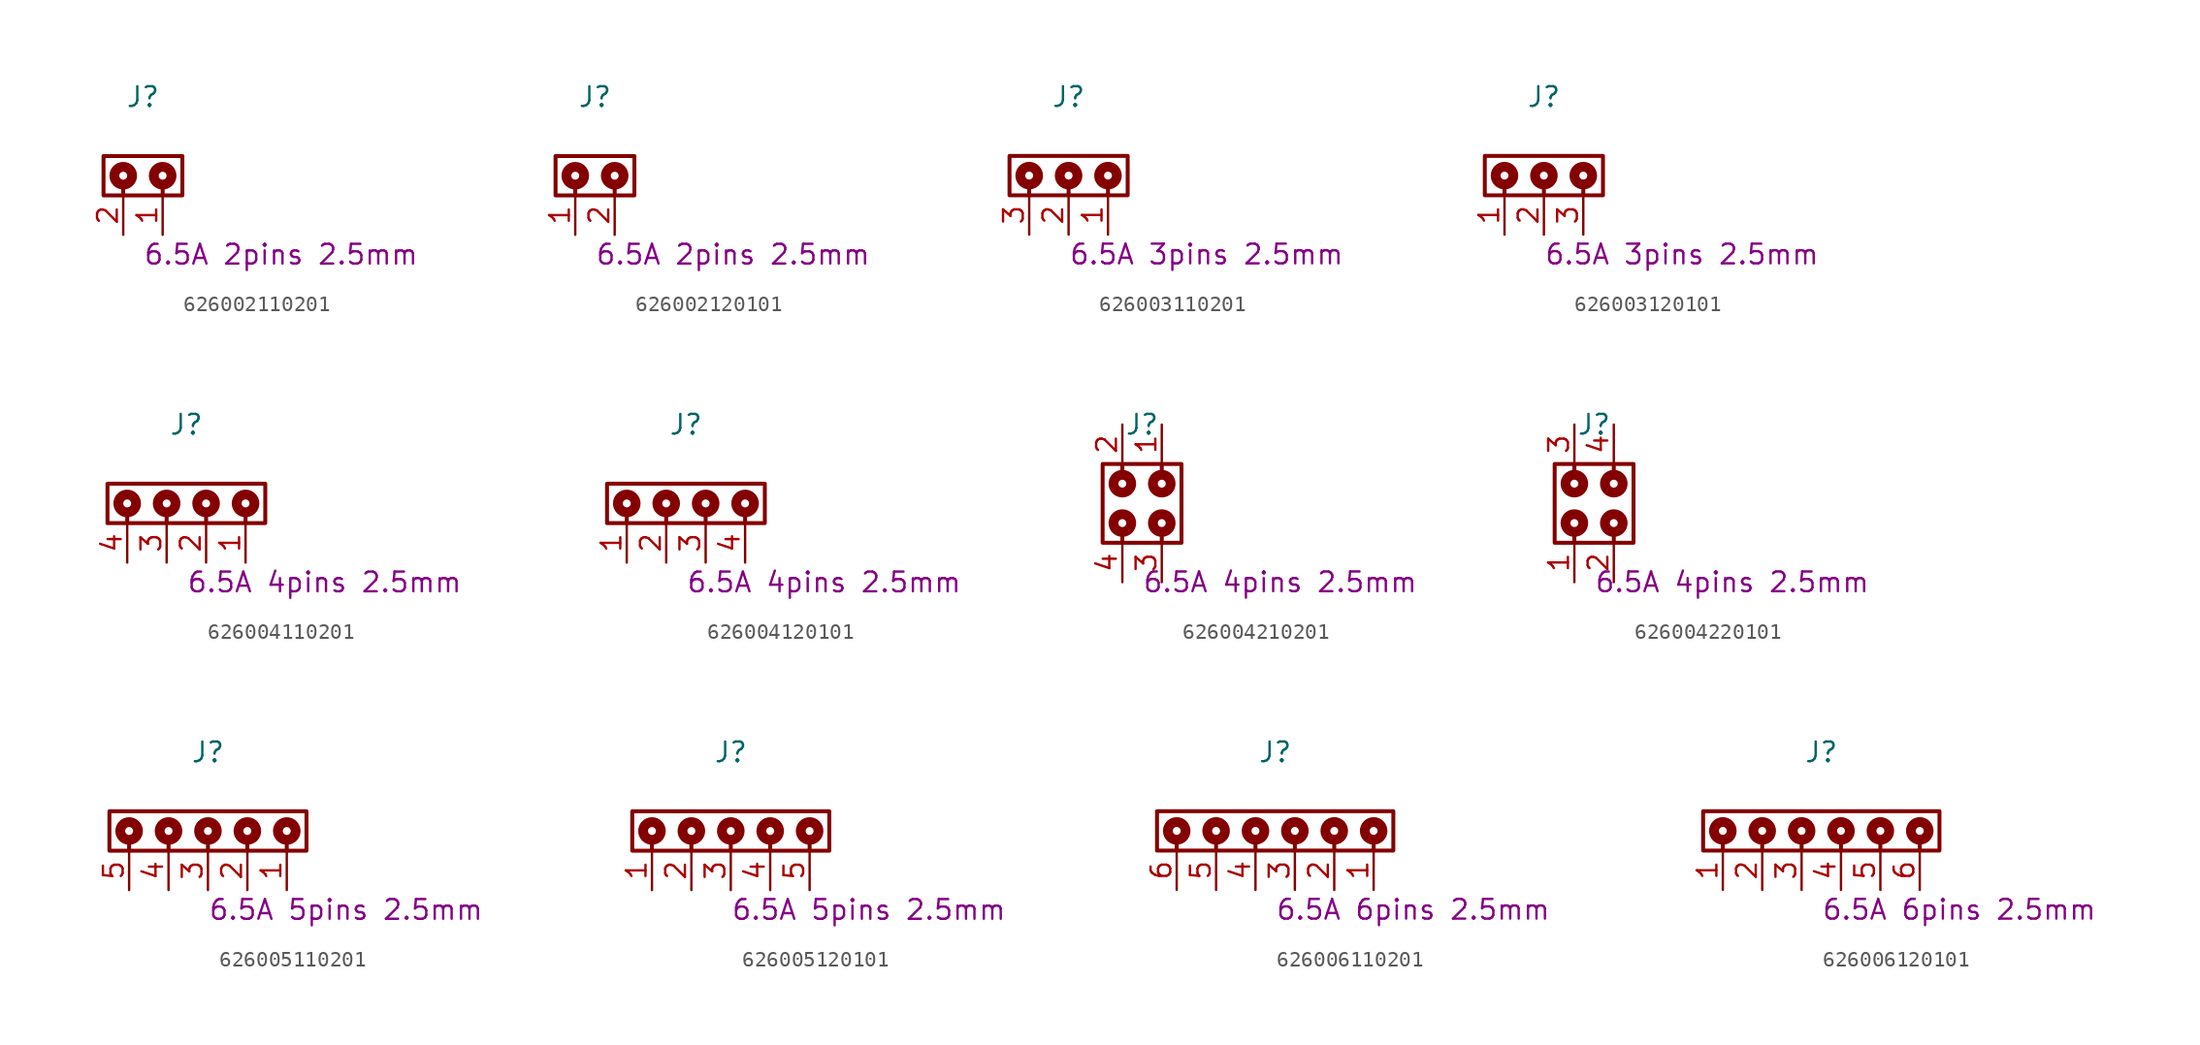
<source format=kicad_sym>
(kicad_symbol_lib
  (version 20220914)
  (generator kicad_symbol_editor)
  (symbol "626002110201"
    (pin_names hide)
    (property "Reference" "J"
      (at 0 5.08 0)
      (effects (font (size 1.27 1.27))))
    (property "Critical Parameter" "6.5A 2pins 2.5mm"
      (at 0 -5.08 0)
      (effects (font (size 1.27 1.27)) (justify left)))
    (symbol "626002110201_0_1"
      (rectangle (start -2.54 1.27) (end 2.54 -1.27) (stroke (width 0.254) (type default)) (fill (type none)))
      (circle (center -1.27 0) (radius 0.254) (stroke (width 0.635) (type default)) (fill (type none)))
      (polyline (pts (xy -1.27 -0.508) (xy -1.27 -1.27)) (stroke (width 0.254) (type default)) (fill (type none)))
      (circle (center 1.27 0) (radius 0.254) (stroke (width 0.635) (type default)) (fill (type none)))
      (polyline (pts (xy 1.27 -0.508) (xy 1.27 -1.27)) (stroke (width 0.254) (type default)) (fill (type none))))
    (symbol "626002110201_1_1"
      (pin passive line (at 1.27 -3.81 90) (length 2.54) (name "1" (effects (font (size 1.27 1.27)))) (number "1" (effects (font (size 1.27 1.27)))))
      (pin passive line (at -1.27 -3.81 90) (length 2.54) (name "2" (effects (font (size 1.27 1.27)))) (number "2" (effects (font (size 1.27 1.27)))))))
  (symbol "626002120101"
    (pin_names hide)
    (property "Reference" "J"
      (at 0 5.08 0)
      (effects (font (size 1.27 1.27))))
    (property "Critical Parameter" "6.5A 2pins 2.5mm"
      (at 0 -5.08 0)
      (effects (font (size 1.27 1.27)) (justify left)))
    (symbol "626002120101_0_1"
      (rectangle (start -2.54 1.27) (end 2.54 -1.27) (stroke (width 0.254) (type default)) (fill (type none)))
      (circle (center -1.27 0) (radius 0.254) (stroke (width 0.635) (type default)) (fill (type none)))
      (polyline (pts (xy -1.27 -0.508) (xy -1.27 -1.27)) (stroke (width 0.254) (type default)) (fill (type none)))
      (circle (center 1.27 0) (radius 0.254) (stroke (width 0.635) (type default)) (fill (type none)))
      (polyline (pts (xy 1.27 -0.508) (xy 1.27 -1.27)) (stroke (width 0.254) (type default)) (fill (type none))))
    (symbol "626002120101_1_1"
      (pin passive line (at -1.27 -3.81 90) (length 2.54) (name "1" (effects (font (size 1.27 1.27)))) (number "1" (effects (font (size 1.27 1.27)))))
      (pin passive line (at 1.27 -3.81 90) (length 2.54) (name "2" (effects (font (size 1.27 1.27)))) (number "2" (effects (font (size 1.27 1.27)))))))
  (symbol "626003110201"
    (pin_names hide)
    (property "Reference" "J"
      (at 0 5.08 0)
      (effects (font (size 1.27 1.27))))
    (property "Critical Parameter" "6.5A 3pins 2.5mm"
      (at 0 -5.08 0)
      (effects (font (size 1.27 1.27)) (justify left)))
    (symbol "626003110201_0_1"
      (rectangle (start -3.81 1.27) (end 3.81 -1.27) (stroke (width 0.254) (type default)) (fill (type none)))
      (circle (center -2.54 0) (radius 0.254) (stroke (width 0.635) (type default)) (fill (type none)))
      (polyline (pts (xy -2.54 -0.508) (xy -2.54 -1.27)) (stroke (width 0.254) (type default)) (fill (type none)))
      (circle (center 0.0 0) (radius 0.254) (stroke (width 0.635) (type default)) (fill (type none)))
      (polyline (pts (xy 0.0 -0.508) (xy 0.0 -1.27)) (stroke (width 0.254) (type default)) (fill (type none)))
      (circle (center 2.54 0) (radius 0.254) (stroke (width 0.635) (type default)) (fill (type none)))
      (polyline (pts (xy 2.54 -0.508) (xy 2.54 -1.27)) (stroke (width 0.254) (type default)) (fill (type none))))
    (symbol "626003110201_1_1"
      (pin passive line (at 2.54 -3.81 90) (length 2.54) (name "1" (effects (font (size 1.27 1.27)))) (number "1" (effects (font (size 1.27 1.27)))))
      (pin passive line (at 0.0 -3.81 90) (length 2.54) (name "2" (effects (font (size 1.27 1.27)))) (number "2" (effects (font (size 1.27 1.27)))))
      (pin passive line (at -2.54 -3.81 90) (length 2.54) (name "3" (effects (font (size 1.27 1.27)))) (number "3" (effects (font (size 1.27 1.27)))))))
  (symbol "626003120101"
    (pin_names hide)
    (property "Reference" "J"
      (at 0 5.08 0)
      (effects (font (size 1.27 1.27))))
    (property "Critical Parameter" "6.5A 3pins 2.5mm"
      (at 0 -5.08 0)
      (effects (font (size 1.27 1.27)) (justify left)))
    (symbol "626003120101_0_1"
      (rectangle (start -3.81 1.27) (end 3.81 -1.27) (stroke (width 0.254) (type default)) (fill (type none)))
      (circle (center -2.54 0) (radius 0.254) (stroke (width 0.635) (type default)) (fill (type none)))
      (polyline (pts (xy -2.54 -0.508) (xy -2.54 -1.27)) (stroke (width 0.254) (type default)) (fill (type none)))
      (circle (center 0.0 0) (radius 0.254) (stroke (width 0.635) (type default)) (fill (type none)))
      (polyline (pts (xy 0.0 -0.508) (xy 0.0 -1.27)) (stroke (width 0.254) (type default)) (fill (type none)))
      (circle (center 2.54 0) (radius 0.254) (stroke (width 0.635) (type default)) (fill (type none)))
      (polyline (pts (xy 2.54 -0.508) (xy 2.54 -1.27)) (stroke (width 0.254) (type default)) (fill (type none))))
    (symbol "626003120101_1_1"
      (pin passive line (at -2.54 -3.81 90) (length 2.54) (name "1" (effects (font (size 1.27 1.27)))) (number "1" (effects (font (size 1.27 1.27)))))
      (pin passive line (at 0.0 -3.81 90) (length 2.54) (name "2" (effects (font (size 1.27 1.27)))) (number "2" (effects (font (size 1.27 1.27)))))
      (pin passive line (at 2.54 -3.81 90) (length 2.54) (name "3" (effects (font (size 1.27 1.27)))) (number "3" (effects (font (size 1.27 1.27)))))))
  (symbol "626004110201"
    (pin_names hide)
    (property "Reference" "J"
      (at 0 5.08 0)
      (effects (font (size 1.27 1.27))))
    (property "Critical Parameter" "6.5A 4pins 2.5mm"
      (at 0 -5.08 0)
      (effects (font (size 1.27 1.27)) (justify left)))
    (symbol "626004110201_0_1"
      (rectangle (start -5.08 1.27) (end 5.08 -1.27) (stroke (width 0.254) (type default)) (fill (type none)))
      (circle (center -3.81 0) (radius 0.254) (stroke (width 0.635) (type default)) (fill (type none)))
      (polyline (pts (xy -3.81 -0.508) (xy -3.81 -1.27)) (stroke (width 0.254) (type default)) (fill (type none)))
      (circle (center -1.27 0) (radius 0.254) (stroke (width 0.635) (type default)) (fill (type none)))
      (polyline (pts (xy -1.27 -0.508) (xy -1.27 -1.27)) (stroke (width 0.254) (type default)) (fill (type none)))
      (circle (center 1.27 0) (radius 0.254) (stroke (width 0.635) (type default)) (fill (type none)))
      (polyline (pts (xy 1.27 -0.508) (xy 1.27 -1.27)) (stroke (width 0.254) (type default)) (fill (type none)))
      (circle (center 3.81 0) (radius 0.254) (stroke (width 0.635) (type default)) (fill (type none)))
      (polyline (pts (xy 3.81 -0.508) (xy 3.81 -1.27)) (stroke (width 0.254) (type default)) (fill (type none))))
    (symbol "626004110201_1_1"
      (pin passive line (at 3.81 -3.81 90) (length 2.54) (name "1" (effects (font (size 1.27 1.27)))) (number "1" (effects (font (size 1.27 1.27)))))
      (pin passive line (at 1.27 -3.81 90) (length 2.54) (name "2" (effects (font (size 1.27 1.27)))) (number "2" (effects (font (size 1.27 1.27)))))
      (pin passive line (at -1.27 -3.81 90) (length 2.54) (name "3" (effects (font (size 1.27 1.27)))) (number "3" (effects (font (size 1.27 1.27)))))
      (pin passive line (at -3.81 -3.81 90) (length 2.54) (name "4" (effects (font (size 1.27 1.27)))) (number "4" (effects (font (size 1.27 1.27)))))))
  (symbol "626004120101"
    (pin_names hide)
    (property "Reference" "J"
      (at 0 5.08 0)
      (effects (font (size 1.27 1.27))))
    (property "Critical Parameter" "6.5A 4pins 2.5mm"
      (at 0 -5.08 0)
      (effects (font (size 1.27 1.27)) (justify left)))
    (symbol "626004120101_0_1"
      (rectangle (start -5.08 1.27) (end 5.08 -1.27) (stroke (width 0.254) (type default)) (fill (type none)))
      (circle (center -3.81 0) (radius 0.254) (stroke (width 0.635) (type default)) (fill (type none)))
      (polyline (pts (xy -3.81 -0.508) (xy -3.81 -1.27)) (stroke (width 0.254) (type default)) (fill (type none)))
      (circle (center -1.27 0) (radius 0.254) (stroke (width 0.635) (type default)) (fill (type none)))
      (polyline (pts (xy -1.27 -0.508) (xy -1.27 -1.27)) (stroke (width 0.254) (type default)) (fill (type none)))
      (circle (center 1.27 0) (radius 0.254) (stroke (width 0.635) (type default)) (fill (type none)))
      (polyline (pts (xy 1.27 -0.508) (xy 1.27 -1.27)) (stroke (width 0.254) (type default)) (fill (type none)))
      (circle (center 3.81 0) (radius 0.254) (stroke (width 0.635) (type default)) (fill (type none)))
      (polyline (pts (xy 3.81 -0.508) (xy 3.81 -1.27)) (stroke (width 0.254) (type default)) (fill (type none))))
    (symbol "626004120101_1_1"
      (pin passive line (at -3.81 -3.81 90) (length 2.54) (name "1" (effects (font (size 1.27 1.27)))) (number "1" (effects (font (size 1.27 1.27)))))
      (pin passive line (at -1.27 -3.81 90) (length 2.54) (name "2" (effects (font (size 1.27 1.27)))) (number "2" (effects (font (size 1.27 1.27)))))
      (pin passive line (at 1.27 -3.81 90) (length 2.54) (name "3" (effects (font (size 1.27 1.27)))) (number "3" (effects (font (size 1.27 1.27)))))
      (pin passive line (at 3.81 -3.81 90) (length 2.54) (name "4" (effects (font (size 1.27 1.27)))) (number "4" (effects (font (size 1.27 1.27)))))))
  (symbol "626004210201"
    (pin_names hide)
    (property "Reference" "J"
      (at 0 5.08 0)
      (effects (font (size 1.27 1.27))))
    (property "Critical Parameter" "6.5A 4pins 2.5mm"
      (at 0 -5.08 0)
      (effects (font (size 1.27 1.27)) (justify left)))
    (symbol "626004210201_0_1"
      (rectangle (start -2.54 2.54) (end 2.54 -2.54) (stroke (width 0.254) (type default)) (fill (type none)))
      (circle (center -1.27 -1.27) (radius 0.254) (stroke (width 0.635) (type default)) (fill (type none)))
      (polyline (pts (xy -1.27 -1.778) (xy -1.27 -2.54)) (stroke (width 0.254) (type default)) (fill (type none)))
      (circle (center -1.27 1.27) (radius 0.254) (stroke (width 0.635) (type default)) (fill (type none)))
      (polyline (pts (xy -1.27 1.778) (xy -1.27 2.54)) (stroke (width 0.254) (type default)) (fill (type none)))
      (circle (center 1.27 -1.27) (radius 0.254) (stroke (width 0.635) (type default)) (fill (type none)))
      (polyline (pts (xy 1.27 -1.778) (xy 1.27 -2.54)) (stroke (width 0.254) (type default)) (fill (type none)))
      (circle (center 1.27 1.27) (radius 0.254) (stroke (width 0.635) (type default)) (fill (type none)))
      (polyline (pts (xy 1.27 1.778) (xy 1.27 2.54)) (stroke (width 0.254) (type default)) (fill (type none))))
    (symbol "626004210201_1_1"
      (pin passive line (at 1.27 5.08 270) (length 2.54) (name "1" (effects (font (size 1.27 1.27)))) (number "1" (effects (font (size 1.27 1.27)))))
      (pin passive line (at 1.27 -5.08 90) (length 2.54) (name "3" (effects (font (size 1.27 1.27)))) (number "3" (effects (font (size 1.27 1.27)))))
      (pin passive line (at -1.27 5.08 270) (length 2.54) (name "2" (effects (font (size 1.27 1.27)))) (number "2" (effects (font (size 1.27 1.27)))))
      (pin passive line (at -1.27 -5.08 90) (length 2.54) (name "4" (effects (font (size 1.27 1.27)))) (number "4" (effects (font (size 1.27 1.27)))))))
  (symbol "626004220101"
    (pin_names hide)
    (property "Reference" "J"
      (at 0 5.08 0)
      (effects (font (size 1.27 1.27))))
    (property "Critical Parameter" "6.5A 4pins 2.5mm"
      (at 0 -5.08 0)
      (effects (font (size 1.27 1.27)) (justify left)))
    (symbol "626004220101_0_1"
      (rectangle (start -2.54 2.54) (end 2.54 -2.54) (stroke (width 0.254) (type default)) (fill (type none)))
      (circle (center -1.27 -1.27) (radius 0.254) (stroke (width 0.635) (type default)) (fill (type none)))
      (polyline (pts (xy -1.27 -1.778) (xy -1.27 -2.54)) (stroke (width 0.254) (type default)) (fill (type none)))
      (circle (center -1.27 1.27) (radius 0.254) (stroke (width 0.635) (type default)) (fill (type none)))
      (polyline (pts (xy -1.27 1.778) (xy -1.27 2.54)) (stroke (width 0.254) (type default)) (fill (type none)))
      (circle (center 1.27 -1.27) (radius 0.254) (stroke (width 0.635) (type default)) (fill (type none)))
      (polyline (pts (xy 1.27 -1.778) (xy 1.27 -2.54)) (stroke (width 0.254) (type default)) (fill (type none)))
      (circle (center 1.27 1.27) (radius 0.254) (stroke (width 0.635) (type default)) (fill (type none)))
      (polyline (pts (xy 1.27 1.778) (xy 1.27 2.54)) (stroke (width 0.254) (type default)) (fill (type none))))
    (symbol "626004220101_1_1"
      (pin passive line (at -1.27 -5.08 90) (length 2.54) (name "1" (effects (font (size 1.27 1.27)))) (number "1" (effects (font (size 1.27 1.27)))))
      (pin passive line (at -1.27 5.08 270) (length 2.54) (name "3" (effects (font (size 1.27 1.27)))) (number "3" (effects (font (size 1.27 1.27)))))
      (pin passive line (at 1.27 -5.08 90) (length 2.54) (name "2" (effects (font (size 1.27 1.27)))) (number "2" (effects (font (size 1.27 1.27)))))
      (pin passive line (at 1.27 5.08 270) (length 2.54) (name "4" (effects (font (size 1.27 1.27)))) (number "4" (effects (font (size 1.27 1.27)))))))
  (symbol "626005110201"
    (pin_names hide)
    (property "Reference" "J"
      (at 0 5.08 0)
      (effects (font (size 1.27 1.27))))
    (property "Critical Parameter" "6.5A 5pins 2.5mm"
      (at 0 -5.08 0)
      (effects (font (size 1.27 1.27)) (justify left)))
    (symbol "626005110201_0_1"
      (rectangle (start -6.35 1.27) (end 6.35 -1.27) (stroke (width 0.254) (type default)) (fill (type none)))
      (circle (center -5.08 0) (radius 0.254) (stroke (width 0.635) (type default)) (fill (type none)))
      (polyline (pts (xy -5.08 -0.508) (xy -5.08 -1.27)) (stroke (width 0.254) (type default)) (fill (type none)))
      (circle (center -2.54 0) (radius 0.254) (stroke (width 0.635) (type default)) (fill (type none)))
      (polyline (pts (xy -2.54 -0.508) (xy -2.54 -1.27)) (stroke (width 0.254) (type default)) (fill (type none)))
      (circle (center 0.0 0) (radius 0.254) (stroke (width 0.635) (type default)) (fill (type none)))
      (polyline (pts (xy 0.0 -0.508) (xy 0.0 -1.27)) (stroke (width 0.254) (type default)) (fill (type none)))
      (circle (center 2.54 0) (radius 0.254) (stroke (width 0.635) (type default)) (fill (type none)))
      (polyline (pts (xy 2.54 -0.508) (xy 2.54 -1.27)) (stroke (width 0.254) (type default)) (fill (type none)))
      (circle (center 5.08 0) (radius 0.254) (stroke (width 0.635) (type default)) (fill (type none)))
      (polyline (pts (xy 5.08 -0.508) (xy 5.08 -1.27)) (stroke (width 0.254) (type default)) (fill (type none))))
    (symbol "626005110201_1_1"
      (pin passive line (at 5.08 -3.81 90) (length 2.54) (name "1" (effects (font (size 1.27 1.27)))) (number "1" (effects (font (size 1.27 1.27)))))
      (pin passive line (at 2.54 -3.81 90) (length 2.54) (name "2" (effects (font (size 1.27 1.27)))) (number "2" (effects (font (size 1.27 1.27)))))
      (pin passive line (at 0.0 -3.81 90) (length 2.54) (name "3" (effects (font (size 1.27 1.27)))) (number "3" (effects (font (size 1.27 1.27)))))
      (pin passive line (at -2.54 -3.81 90) (length 2.54) (name "4" (effects (font (size 1.27 1.27)))) (number "4" (effects (font (size 1.27 1.27)))))
      (pin passive line (at -5.08 -3.81 90) (length 2.54) (name "5" (effects (font (size 1.27 1.27)))) (number "5" (effects (font (size 1.27 1.27)))))))
  (symbol "626005120101"
    (pin_names hide)
    (property "Reference" "J"
      (at 0 5.08 0)
      (effects (font (size 1.27 1.27))))
    (property "Critical Parameter" "6.5A 5pins 2.5mm"
      (at 0 -5.08 0)
      (effects (font (size 1.27 1.27)) (justify left)))
    (symbol "626005120101_0_1"
      (rectangle (start -6.35 1.27) (end 6.35 -1.27) (stroke (width 0.254) (type default)) (fill (type none)))
      (circle (center -5.08 0) (radius 0.254) (stroke (width 0.635) (type default)) (fill (type none)))
      (polyline (pts (xy -5.08 -0.508) (xy -5.08 -1.27)) (stroke (width 0.254) (type default)) (fill (type none)))
      (circle (center -2.54 0) (radius 0.254) (stroke (width 0.635) (type default)) (fill (type none)))
      (polyline (pts (xy -2.54 -0.508) (xy -2.54 -1.27)) (stroke (width 0.254) (type default)) (fill (type none)))
      (circle (center 0.0 0) (radius 0.254) (stroke (width 0.635) (type default)) (fill (type none)))
      (polyline (pts (xy 0.0 -0.508) (xy 0.0 -1.27)) (stroke (width 0.254) (type default)) (fill (type none)))
      (circle (center 2.54 0) (radius 0.254) (stroke (width 0.635) (type default)) (fill (type none)))
      (polyline (pts (xy 2.54 -0.508) (xy 2.54 -1.27)) (stroke (width 0.254) (type default)) (fill (type none)))
      (circle (center 5.08 0) (radius 0.254) (stroke (width 0.635) (type default)) (fill (type none)))
      (polyline (pts (xy 5.08 -0.508) (xy 5.08 -1.27)) (stroke (width 0.254) (type default)) (fill (type none))))
    (symbol "626005120101_1_1"
      (pin passive line (at -5.08 -3.81 90) (length 2.54) (name "1" (effects (font (size 1.27 1.27)))) (number "1" (effects (font (size 1.27 1.27)))))
      (pin passive line (at -2.54 -3.81 90) (length 2.54) (name "2" (effects (font (size 1.27 1.27)))) (number "2" (effects (font (size 1.27 1.27)))))
      (pin passive line (at 0.0 -3.81 90) (length 2.54) (name "3" (effects (font (size 1.27 1.27)))) (number "3" (effects (font (size 1.27 1.27)))))
      (pin passive line (at 2.54 -3.81 90) (length 2.54) (name "4" (effects (font (size 1.27 1.27)))) (number "4" (effects (font (size 1.27 1.27)))))
      (pin passive line (at 5.08 -3.81 90) (length 2.54) (name "5" (effects (font (size 1.27 1.27)))) (number "5" (effects (font (size 1.27 1.27)))))))
  (symbol "626006110201"
    (pin_names hide)
    (property "Reference" "J"
      (at 0 5.08 0)
      (effects (font (size 1.27 1.27))))
    (property "Critical Parameter" "6.5A 6pins 2.5mm"
      (at 0 -5.08 0)
      (effects (font (size 1.27 1.27)) (justify left)))
    (symbol "626006110201_0_1"
      (rectangle (start -7.62 1.27) (end 7.62 -1.27) (stroke (width 0.254) (type default)) (fill (type none)))
      (circle (center -6.35 0) (radius 0.254) (stroke (width 0.635) (type default)) (fill (type none)))
      (polyline (pts (xy -6.35 -0.508) (xy -6.35 -1.27)) (stroke (width 0.254) (type default)) (fill (type none)))
      (circle (center -3.81 0) (radius 0.254) (stroke (width 0.635) (type default)) (fill (type none)))
      (polyline (pts (xy -3.81 -0.508) (xy -3.81 -1.27)) (stroke (width 0.254) (type default)) (fill (type none)))
      (circle (center -1.27 0) (radius 0.254) (stroke (width 0.635) (type default)) (fill (type none)))
      (polyline (pts (xy -1.27 -0.508) (xy -1.27 -1.27)) (stroke (width 0.254) (type default)) (fill (type none)))
      (circle (center 1.27 0) (radius 0.254) (stroke (width 0.635) (type default)) (fill (type none)))
      (polyline (pts (xy 1.27 -0.508) (xy 1.27 -1.27)) (stroke (width 0.254) (type default)) (fill (type none)))
      (circle (center 3.81 0) (radius 0.254) (stroke (width 0.635) (type default)) (fill (type none)))
      (polyline (pts (xy 3.81 -0.508) (xy 3.81 -1.27)) (stroke (width 0.254) (type default)) (fill (type none)))
      (circle (center 6.35 0) (radius 0.254) (stroke (width 0.635) (type default)) (fill (type none)))
      (polyline (pts (xy 6.35 -0.508) (xy 6.35 -1.27)) (stroke (width 0.254) (type default)) (fill (type none))))
    (symbol "626006110201_1_1"
      (pin passive line (at 6.35 -3.81 90) (length 2.54) (name "1" (effects (font (size 1.27 1.27)))) (number "1" (effects (font (size 1.27 1.27)))))
      (pin passive line (at 3.81 -3.81 90) (length 2.54) (name "2" (effects (font (size 1.27 1.27)))) (number "2" (effects (font (size 1.27 1.27)))))
      (pin passive line (at 1.27 -3.81 90) (length 2.54) (name "3" (effects (font (size 1.27 1.27)))) (number "3" (effects (font (size 1.27 1.27)))))
      (pin passive line (at -1.27 -3.81 90) (length 2.54) (name "4" (effects (font (size 1.27 1.27)))) (number "4" (effects (font (size 1.27 1.27)))))
      (pin passive line (at -3.81 -3.81 90) (length 2.54) (name "5" (effects (font (size 1.27 1.27)))) (number "5" (effects (font (size 1.27 1.27)))))
      (pin passive line (at -6.35 -3.81 90) (length 2.54) (name "6" (effects (font (size 1.27 1.27)))) (number "6" (effects (font (size 1.27 1.27)))))))
  (symbol "626006120101"
    (pin_names hide)
    (property "Reference" "J"
      (at 0 5.08 0)
      (effects (font (size 1.27 1.27))))
    (property "Critical Parameter" "6.5A 6pins 2.5mm"
      (at 0 -5.08 0)
      (effects (font (size 1.27 1.27)) (justify left)))
    (symbol "626006120101_0_1"
      (rectangle (start -7.62 1.27) (end 7.62 -1.27) (stroke (width 0.254) (type default)) (fill (type none)))
      (circle (center -6.35 0) (radius 0.254) (stroke (width 0.635) (type default)) (fill (type none)))
      (polyline (pts (xy -6.35 -0.508) (xy -6.35 -1.27)) (stroke (width 0.254) (type default)) (fill (type none)))
      (circle (center -3.81 0) (radius 0.254) (stroke (width 0.635) (type default)) (fill (type none)))
      (polyline (pts (xy -3.81 -0.508) (xy -3.81 -1.27)) (stroke (width 0.254) (type default)) (fill (type none)))
      (circle (center -1.27 0) (radius 0.254) (stroke (width 0.635) (type default)) (fill (type none)))
      (polyline (pts (xy -1.27 -0.508) (xy -1.27 -1.27)) (stroke (width 0.254) (type default)) (fill (type none)))
      (circle (center 1.27 0) (radius 0.254) (stroke (width 0.635) (type default)) (fill (type none)))
      (polyline (pts (xy 1.27 -0.508) (xy 1.27 -1.27)) (stroke (width 0.254) (type default)) (fill (type none)))
      (circle (center 3.81 0) (radius 0.254) (stroke (width 0.635) (type default)) (fill (type none)))
      (polyline (pts (xy 3.81 -0.508) (xy 3.81 -1.27)) (stroke (width 0.254) (type default)) (fill (type none)))
      (circle (center 6.35 0) (radius 0.254) (stroke (width 0.635) (type default)) (fill (type none)))
      (polyline (pts (xy 6.35 -0.508) (xy 6.35 -1.27)) (stroke (width 0.254) (type default)) (fill (type none))))
    (symbol "626006120101_1_1"
      (pin passive line (at -6.35 -3.81 90) (length 2.54) (name "1" (effects (font (size 1.27 1.27)))) (number "1" (effects (font (size 1.27 1.27)))))
      (pin passive line (at -3.81 -3.81 90) (length 2.54) (name "2" (effects (font (size 1.27 1.27)))) (number "2" (effects (font (size 1.27 1.27)))))
      (pin passive line (at -1.27 -3.81 90) (length 2.54) (name "3" (effects (font (size 1.27 1.27)))) (number "3" (effects (font (size 1.27 1.27)))))
      (pin passive line (at 1.27 -3.81 90) (length 2.54) (name "4" (effects (font (size 1.27 1.27)))) (number "4" (effects (font (size 1.27 1.27)))))
      (pin passive line (at 3.81 -3.81 90) (length 2.54) (name "5" (effects (font (size 1.27 1.27)))) (number "5" (effects (font (size 1.27 1.27)))))
      (pin passive line (at 6.35 -3.81 90) (length 2.54) (name "6" (effects (font (size 1.27 1.27)))) (number "6" (effects (font (size 1.27 1.27))))))))
</source>
